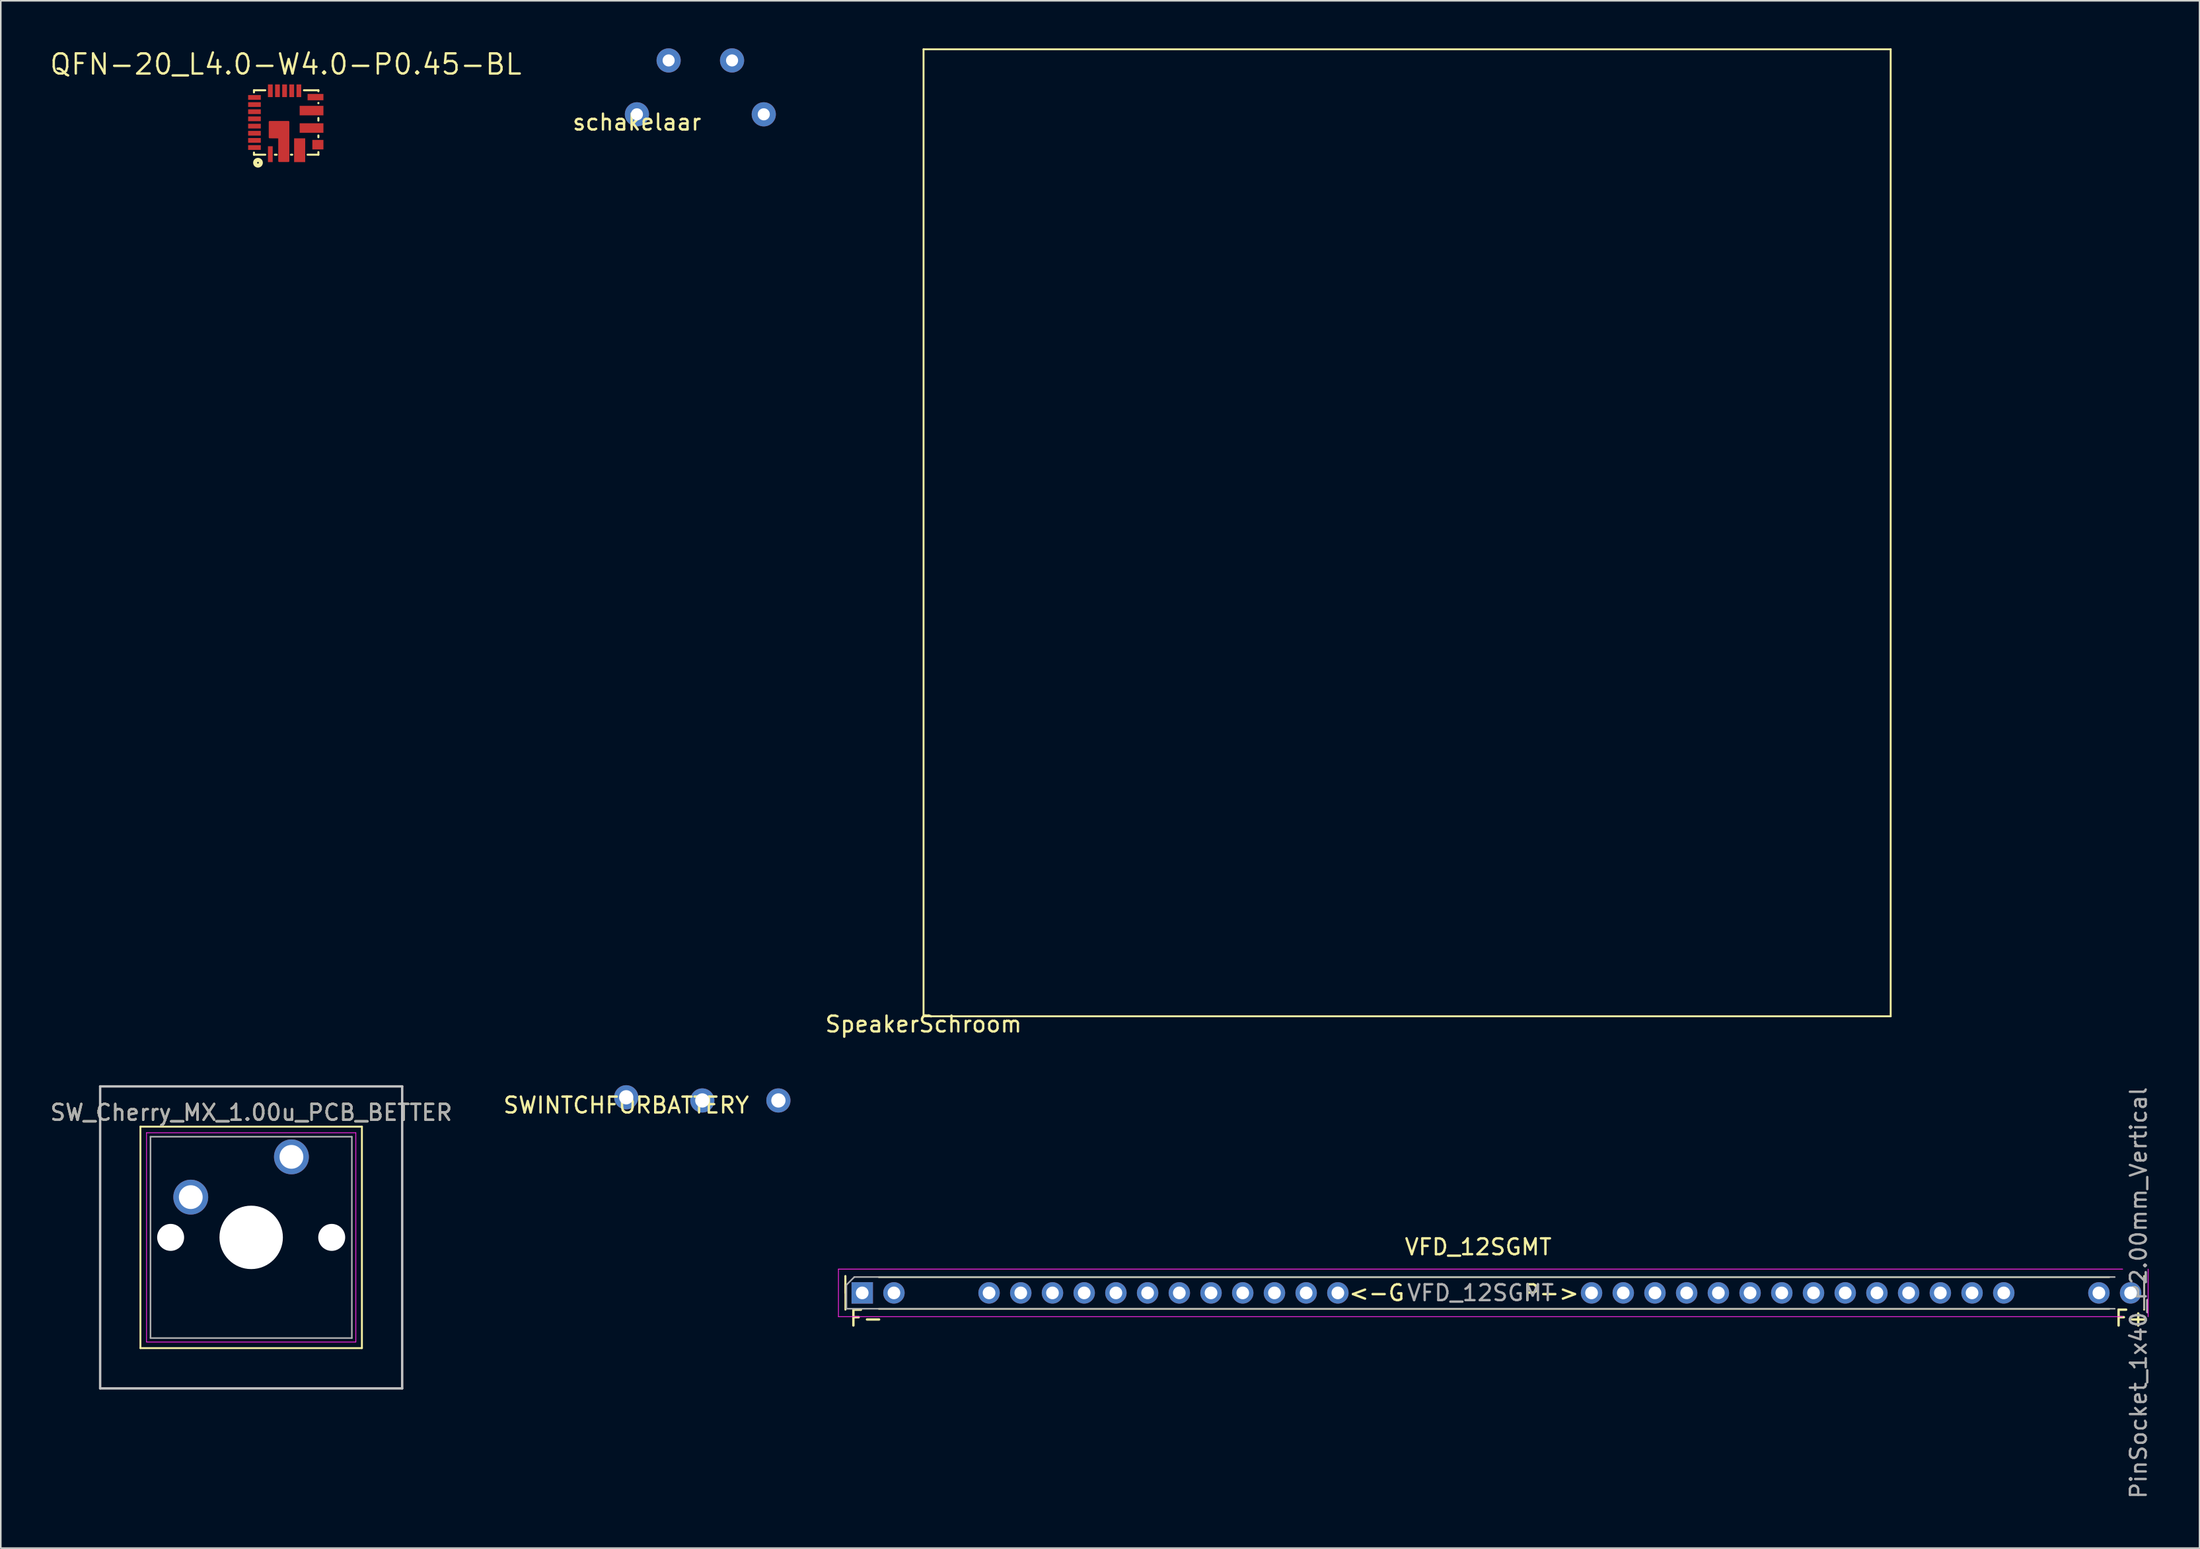
<source format=kicad_pcb>
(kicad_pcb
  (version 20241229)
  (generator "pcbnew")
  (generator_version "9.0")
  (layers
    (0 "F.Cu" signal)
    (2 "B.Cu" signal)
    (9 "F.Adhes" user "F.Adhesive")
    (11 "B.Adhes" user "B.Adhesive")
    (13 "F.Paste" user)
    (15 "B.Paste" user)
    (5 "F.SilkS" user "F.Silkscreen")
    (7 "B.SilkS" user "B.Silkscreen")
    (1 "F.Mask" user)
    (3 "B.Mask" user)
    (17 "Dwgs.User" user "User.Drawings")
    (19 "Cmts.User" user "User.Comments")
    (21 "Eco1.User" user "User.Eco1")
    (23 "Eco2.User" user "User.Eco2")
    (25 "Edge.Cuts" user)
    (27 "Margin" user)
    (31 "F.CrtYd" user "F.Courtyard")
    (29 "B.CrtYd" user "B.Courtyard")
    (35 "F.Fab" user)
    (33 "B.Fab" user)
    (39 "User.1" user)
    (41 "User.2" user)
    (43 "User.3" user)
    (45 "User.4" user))
  (footprint "SW_Cherry_MX_1.00u_PCB_BETTER"
    (layer "F.Cu")
    (at 15.332 69.928)
    (property "Reference" "SW_Cherry_MX_1.00u_PCB_BETTER" (at -2.54 -2.794 0) (layer "F.SilkS") (effects (font (size 1 1) (thickness 0.15))))
    (attr through_hole)
    (fp_line (start -9.525 -1.905) (end 4.445 -1.905) (stroke (width 0.12) (type solid)) (layer "F.SilkS"))
    (fp_line (start -9.525 12.065) (end -9.525 -1.905) (stroke (width 0.12) (type solid)) (layer "F.SilkS"))
    (fp_line (start 4.445 -1.905) (end 4.445 12.065) (stroke (width 0.12) (type solid)) (layer "F.SilkS"))
    (fp_line (start 4.445 12.065) (end -9.525 12.065) (stroke (width 0.12) (type solid)) (layer "F.SilkS"))
    (fp_line (start -12.065 -4.445) (end 6.985 -4.445) (stroke (width 0.15) (type solid)) (layer "Dwgs.User"))
    (fp_line (start -12.065 14.605) (end -12.065 -4.445) (stroke (width 0.15) (type solid)) (layer "Dwgs.User"))
    (fp_line (start 6.985 -4.445) (end 6.985 14.605) (stroke (width 0.15) (type solid)) (layer "Dwgs.User"))
    (fp_line (start 6.985 14.605) (end -12.065 14.605) (stroke (width 0.15) (type solid)) (layer "Dwgs.User"))
    (fp_line (start -9.14 -1.52) (end 4.06 -1.52) (stroke (width 0.05) (type solid)) (layer "F.CrtYd"))
    (fp_line (start -9.14 11.68) (end -9.14 -1.52) (stroke (width 0.05) (type solid)) (layer "F.CrtYd"))
    (fp_line (start 4.06 -1.52) (end 4.06 11.68) (stroke (width 0.05) (type solid)) (layer "F.CrtYd"))
    (fp_line (start 4.06 11.68) (end -9.14 11.68) (stroke (width 0.05) (type solid)) (layer "F.CrtYd"))
    (fp_line (start -8.89 -1.27) (end 3.81 -1.27) (stroke (width 0.1) (type solid)) (layer "F.Fab"))
    (fp_line (start -8.89 11.43) (end -8.89 -1.27) (stroke (width 0.1) (type solid)) (layer "F.Fab"))
    (fp_line (start 3.81 -1.27) (end 3.81 11.43) (stroke (width 0.1) (type solid)) (layer "F.Fab"))
    (fp_line (start 3.81 11.43) (end -8.89 11.43) (stroke (width 0.1) (type solid)) (layer "F.Fab"))
    (fp_text user "${REFERENCE}" (at -2.54 -2.794 0) (layer "F.Fab") (effects (font (size 1 1) (thickness 0.15))))
    (pad "" np_thru_hole circle (at -7.62 5.08) (size 1.7 1.7) (drill 1.7) (layers "*.Cu" "*.Mask"))
    (pad "" np_thru_hole circle (at -2.54 5.08) (size 4 4) (drill 4) (layers "*.Cu" "*.Mask"))
    (pad "" np_thru_hole circle (at 2.54 5.08) (size 1.7 1.7) (drill 1.7) (layers "*.Cu" "*.Mask"))
    (pad "1" thru_hole circle (at 0 0) (size 2.2 2.2) (drill 1.5) (layers "*.Cu" "*.Mask"))
    (pad "2" thru_hole circle (at -6.35 2.54) (size 2.2 2.2) (drill 1.5) (layers "*.Cu" "*.Mask")))
  (footprint "schakelaar"
    (layer "F.Cu")
    (at 37.123 4.162)
    (property "Reference" "schakelaar" (at 0 0.5 0) (layer "F.SilkS") (effects (font (size 1 1) (thickness 0.15))))
    (attr through_hole)
    (pad "1" thru_hole circle (at 0 0) (size 1.524 1.524) (drill 0.762) (layers "*.Cu" "*.Mask"))
    (pad "2" thru_hole circle (at 8 0) (size 1.524 1.524) (drill 0.762) (layers "*.Cu" "*.Mask"))
    (pad "3" thru_hole circle (at 6 -3.4) (size 1.524 1.524) (drill 0.762) (layers "*.Cu" "*.Mask"))
    (pad "4" thru_hole circle (at 2 -3.4) (size 1.524 1.524) (drill 0.762) (layers "*.Cu" "*.Mask")))
  (footprint "SpeakerSchroom"
    (layer "F.Cu")
    (at 55.2 61.06)
    (property "Reference" "SpeakerSchroom" (at 0 0.5 0) (layer "F.SilkS") (effects (font (size 1 1) (thickness 0.15))))
    (attr through_hole)
    (fp_line (start 0 -61) (end 0 0) (stroke (width 0.12) (type solid)) (layer "F.SilkS"))
    (fp_line (start 0 0) (end 61 0) (stroke (width 0.12) (type solid)) (layer "F.SilkS"))
    (fp_line (start 61 -61) (end 0 -61) (stroke (width 0.12) (type solid)) (layer "F.SilkS"))
    (fp_line (start 61 0) (end 61 -61) (stroke (width 0.12) (type solid)) (layer "F.SilkS")))
  (footprint "SWINTCHFORBATTERY"
    (layer "F.Cu")
    (at 36.446 66.17)
    (property "Reference" "SWINTCHFORBATTERY" (at 0 0.5 0) (layer "F.SilkS") (effects (font (size 1 1) (thickness 0.15))))
    (attr through_hole)
    (pad "1" thru_hole circle (at 0 0) (size 1.524 1.524) (drill 0.9) (layers "*.Cu" "*.Mask"))
    (pad "2" thru_hole circle (at 4.8 0.2) (size 1.524 1.524) (drill 0.9) (layers "*.Cu" "*.Mask"))
    (pad "3" thru_hole circle (at 9.6 0.2) (size 1.524 1.524) (drill 0.9) (layers "*.Cu" "*.Mask")))
  (footprint "VFD_12SGMT"
    (layer "F.Cu")
    (at 90.186 82.112)
    (property "Reference" "VFD_12SGMT" (at 0 -6.5 0) (layer "F.SilkS") (effects (font (size 1 1) (thickness 0.15))))
    (attr through_hole)
    (fp_line (start -39.913 -3.602) (end -39.913 -4.662) (stroke (width 0.12) (type solid)) (layer "F.SilkS"))
    (fp_line (start -39.913 -2.542) (end -39.913 -4.662) (stroke (width 0.12) (type solid)) (layer "F.SilkS"))
    (fp_line (start -37.8 -4.6) (end 39.8 -4.6) (stroke (width 0.12) (type solid)) (layer "F.SilkS"))
    (fp_line (start -37.8 -2.6) (end 39.8 -2.6) (stroke (width 0.12) (type solid)) (layer "F.SilkS"))
    (fp_line (start 42 -2.542) (end 42 -4.662) (stroke (width 0.12) (type solid)) (layer "F.SilkS"))
    (fp_line (start -40.353 -5.102) (end 40.647 -5.102) (stroke (width 0.05) (type solid)) (layer "F.CrtYd"))
    (fp_line (start -40.353 -2.102) (end -40.353 -5.102) (stroke (width 0.05) (type solid)) (layer "F.CrtYd"))
    (fp_line (start 40.647 -2.102) (end -40.353 -2.102) (stroke (width 0.05) (type solid)) (layer "F.CrtYd"))
    (fp_line (start 42.253 -5.102) (end 42.253 -2.102) (stroke (width 0.05) (type solid)) (layer "F.CrtYd"))
    (fp_line (start -39.853 -4.102) (end -39.353 -4.602) (stroke (width 0.1) (type solid)) (layer "F.Fab"))
    (fp_line (start -39.853 -2.602) (end -39.853 -4.102) (stroke (width 0.1) (type solid)) (layer "F.Fab"))
    (fp_line (start -39.353 -4.602) (end 40.147 -4.602) (stroke (width 0.1) (type solid)) (layer "F.Fab"))
    (fp_line (start 40.147 -2.602) (end -39.853 -2.602) (stroke (width 0.1) (type solid)) (layer "F.Fab"))
    (fp_line (start 42 -4.602) (end 42 -2.602) (stroke (width 0.1) (type solid)) (layer "F.Fab"))
    (fp_text user "<-G" (at -6.4 -3.6 0) (layer "F.SilkS") (effects (font (size 1 1) (thickness 0.15))))
    (fp_text user "F+" (at 41.2 -2 0) (layer "F.SilkS") (effects (font (size 1 1) (thickness 0.15))))
    (fp_text user "F-" (at -38.6 -2 0) (layer "F.SilkS") (effects (font (size 1 1) (thickness 0.15))))
    (fp_text user "P->" (at 4.6 -3.6 0) (layer "F.SilkS") (effects (font (size 1 1) (thickness 0.15))))
    (fp_text user "PinSocket_1x40_P2.00mm_Vertical" (at 41.647 -3.602 90) (layer "F.Fab") (effects (font (size 1 1) (thickness 0.15))))
    (fp_text user "${REFERENCE}" (at 0.147 -3.602 180) (layer "F.Fab") (effects (font (size 1 1) (thickness 0.15))))
    (pad "1" thru_hole rect (at -38.853 -3.602 90) (size 1.35 1.35) (drill 0.8) (layers "*.Cu" "*.Mask"))
    (pad "2" thru_hole oval (at -36.853 -3.602 90) (size 1.35 1.35) (drill 0.8) (layers "*.Cu" "*.Mask"))
    (pad "5" thru_hole oval (at -30.853 -3.602 90) (size 1.35 1.35) (drill 0.8) (layers "*.Cu" "*.Mask"))
    (pad "6" thru_hole oval (at -28.853 -3.602 90) (size 1.35 1.35) (drill 0.8) (layers "*.Cu" "*.Mask"))
    (pad "7" thru_hole oval (at -26.853 -3.602 90) (size 1.35 1.35) (drill 0.8) (layers "*.Cu" "*.Mask"))
    (pad "8" thru_hole oval (at -24.853 -3.602 90) (size 1.35 1.35) (drill 0.8) (layers "*.Cu" "*.Mask"))
    (pad "9" thru_hole oval (at -22.853 -3.602 90) (size 1.35 1.35) (drill 0.8) (layers "*.Cu" "*.Mask"))
    (pad "10" thru_hole oval (at -20.853 -3.602 90) (size 1.35 1.35) (drill 0.8) (layers "*.Cu" "*.Mask"))
    (pad "11" thru_hole oval (at -18.853 -3.602 90) (size 1.35 1.35) (drill 0.8) (layers "*.Cu" "*.Mask"))
    (pad "12" thru_hole oval (at -16.853 -3.602 90) (size 1.35 1.35) (drill 0.8) (layers "*.Cu" "*.Mask"))
    (pad "13" thru_hole oval (at -14.853 -3.602 90) (size 1.35 1.35) (drill 0.8) (layers "*.Cu" "*.Mask"))
    (pad "14" thru_hole oval (at -12.853 -3.602 90) (size 1.35 1.35) (drill 0.8) (layers "*.Cu" "*.Mask"))
    (pad "15" thru_hole oval (at -10.853 -3.602 90) (size 1.35 1.35) (drill 0.8) (layers "*.Cu" "*.Mask"))
    (pad "16" thru_hole oval (at -8.853 -3.602 90) (size 1.35 1.35) (drill 0.8) (layers "*.Cu" "*.Mask"))
    (pad "24" thru_hole oval (at 7.147 -3.602 90) (size 1.35 1.35) (drill 0.8) (layers "*.Cu" "*.Mask"))
    (pad "25" thru_hole oval (at 9.147 -3.602 90) (size 1.35 1.35) (drill 0.8) (layers "*.Cu" "*.Mask"))
    (pad "26" thru_hole oval (at 11.147 -3.602 90) (size 1.35 1.35) (drill 0.8) (layers "*.Cu" "*.Mask"))
    (pad "27" thru_hole oval (at 13.147 -3.602 90) (size 1.35 1.35) (drill 0.8) (layers "*.Cu" "*.Mask"))
    (pad "28" thru_hole oval (at 15.147 -3.602 90) (size 1.35 1.35) (drill 0.8) (layers "*.Cu" "*.Mask"))
    (pad "29" thru_hole oval (at 17.147 -3.602 90) (size 1.35 1.35) (drill 0.8) (layers "*.Cu" "*.Mask"))
    (pad "30" thru_hole oval (at 19.147 -3.602 90) (size 1.35 1.35) (drill 0.8) (layers "*.Cu" "*.Mask"))
    (pad "31" thru_hole oval (at 21.147 -3.602 90) (size 1.35 1.35) (drill 0.8) (layers "*.Cu" "*.Mask"))
    (pad "32" thru_hole oval (at 23.147 -3.602 90) (size 1.35 1.35) (drill 0.8) (layers "*.Cu" "*.Mask"))
    (pad "33" thru_hole oval (at 25.147 -3.602 90) (size 1.35 1.35) (drill 0.8) (layers "*.Cu" "*.Mask"))
    (pad "34" thru_hole oval (at 27.147 -3.602 90) (size 1.35 1.35) (drill 0.8) (layers "*.Cu" "*.Mask"))
    (pad "35" thru_hole oval (at 29.147 -3.602 90) (size 1.35 1.35) (drill 0.8) (layers "*.Cu" "*.Mask"))
    (pad "36" thru_hole oval (at 31.147 -3.602 90) (size 1.35 1.35) (drill 0.8) (layers "*.Cu" "*.Mask"))
    (pad "37" thru_hole oval (at 33.147 -3.602 90) (size 1.35 1.35) (drill 0.8) (layers "*.Cu" "*.Mask"))
    (pad "40" thru_hole oval (at 39.147 -3.602 90) (size 1.35 1.35) (drill 0.8) (layers "*.Cu" "*.Mask"))
    (pad "41" thru_hole oval (at 41.147 -3.602) (size 1.35 1.35) (drill 0.8) (layers "*.Cu" "*.Mask")))
  (footprint "QFN-20_L4.0-W4.0-P0.45-BL"
    (layer "F.Cu")
    (at 15 4.676)
    (property "Reference" "QFN-20_L4.0-W4.0-P0.45-BL" (at -0.025 -3.67 0) (layer "F.SilkS") (effects (font (size 1.27 1.27) (thickness 0.15))))
    (attr smd)
    (fp_line (start -2.032 -2.032) (end -2.032 -1.898) (stroke (width 0.127) (type solid)) (layer "F.SilkS"))
    (fp_line (start -2.032 1.898) (end -2.032 2.032) (stroke (width 0.127) (type solid)) (layer "F.SilkS"))
    (fp_line (start -2.032 2.032) (end -1.318 2.032) (stroke (width 0.127) (type solid)) (layer "F.SilkS"))
    (fp_line (start -1.318 -2.032) (end -2.032 -2.032) (stroke (width 0.127) (type solid)) (layer "F.SilkS"))
    (fp_line (start -0.714 2.032) (end -0.6 2.032) (stroke (width 0.127) (type solid)) (layer "F.SilkS"))
    (fp_line (start 0.3 2.032) (end 0.382 2.032) (stroke (width 0.127) (type solid)) (layer "F.SilkS"))
    (fp_line (start 1.35 2.032) (end 2.032 2.032) (stroke (width 0.127) (type solid)) (layer "F.SilkS"))
    (fp_line (start 2.032 -2.032) (end 1.118 -2.032) (stroke (width 0.127) (type solid)) (layer "F.SilkS"))
    (fp_line (start 2.032 -1.968) (end 2.032 -2.032) (stroke (width 0.127) (type solid)) (layer "F.SilkS"))
    (fp_line (start 2.032 -1.218) (end 2.032 -1.232) (stroke (width 0.127) (type solid)) (layer "F.SilkS"))
    (fp_line (start 2.032 -0.118) (end 2.032 -0.282) (stroke (width 0.127) (type solid)) (layer "F.SilkS"))
    (fp_line (start 2.032 0.932) (end 2.032 0.818) (stroke (width 0.127) (type solid)) (layer "F.SilkS"))
    (fp_line (start 2.032 2.032) (end 2.032 1.868) (stroke (width 0.127) (type solid)) (layer "F.SilkS"))
    (fp_circle (center -1.778 2.54) (end -1.598 2.54) (stroke (width 0.254) (type solid)) (fill no) (layer "F.SilkS"))
    (fp_text user "" (at 0 0 0) (layer "Cmts.User") (effects (font (size 1 1) (thickness 0.15))))
    (pad "1" smd rect (at -1 2 180) (size 0.3 1) (layers "F.Cu" "F.Mask" "F.Paste"))
    (pad "2" smd custom (at -0.15 1.2 90) (size 0.5 0.5) (layers "F.Cu" "F.Mask" "F.Paste") (options (anchor circle)) (primitives (gr_poly (pts (xy -1.245 -0.3) (xy -1.245 0.3) (xy 1.245 0.3) (xy 1.245 -0.9) (xy 0.25 -0.9) (xy 0.245 -0.3) (xy -1.245 -0.3)) (width 0.1) (fill yes))))
    (pad "3" smd rect (at 0.85 1.75 90) (size 1.5 0.7) (layers "F.Cu" "F.Mask" "F.Paste"))
    (pad "4" smd rect (at 2 1.4 270) (size 0.6 0.7) (layers "F.Cu" "F.Mask" "F.Paste"))
    (pad "5" smd rect (at 1.6 0.35 270) (size 0.6 1.5) (layers "F.Cu" "F.Mask" "F.Paste"))
    (pad "6" smd rect (at 1.6 -0.75 270) (size 0.6 1.5) (layers "F.Cu" "F.Mask" "F.Paste"))
    (pad "7" smd rect (at 1.85 -1.6 270) (size 0.4 1) (layers "F.Cu" "F.Mask" "F.Paste"))
    (pad "8" smd rect (at 0.8 -2) (size 0.3 0.8) (layers "F.Cu" "F.Mask" "F.Paste"))
    (pad "9" smd rect (at 0.35 -2) (size 0.3 0.8) (layers "F.Cu" "F.Mask" "F.Paste"))
    (pad "10" smd rect (at -0.1 -2) (size 0.3 0.8) (layers "F.Cu" "F.Mask" "F.Paste"))
    (pad "11" smd rect (at -0.55 -2) (size 0.3 0.8) (layers "F.Cu" "F.Mask" "F.Paste"))
    (pad "12" smd rect (at -1 -2) (size 0.3 0.8) (layers "F.Cu" "F.Mask" "F.Paste"))
    (pad "13" smd rect (at -2 -1.58 90) (size 0.3 0.8) (layers "F.Cu" "F.Mask" "F.Paste"))
    (pad "14" smd rect (at -2 -1.13 90) (size 0.3 0.8) (layers "F.Cu" "F.Mask" "F.Paste"))
    (pad "15" smd rect (at -2 -0.68 90) (size 0.3 0.8) (layers "F.Cu" "F.Mask" "F.Paste"))
    (pad "16" smd rect (at -2 -0.23 90) (size 0.3 0.8) (layers "F.Cu" "F.Mask" "F.Paste"))
    (pad "17" smd rect (at -2 0.23 90) (size 0.3 0.8) (layers "F.Cu" "F.Mask" "F.Paste"))
    (pad "18" smd rect (at -2 0.68 90) (size 0.3 0.8) (layers "F.Cu" "F.Mask" "F.Paste"))
    (pad "19" smd rect (at -2 1.13 90) (size 0.3 0.8) (layers "F.Cu" "F.Mask" "F.Paste"))
    (pad "20" smd rect (at -2 1.58 90) (size 0.3 0.8) (layers "F.Cu" "F.Mask" "F.Paste")))
  (gr_rect
    (start -3 -3)
    (end 135.682 94.611)
    (stroke (width 0.1) (type default))
    (fill no)
    (layer "Edge.Cuts")))
</source>
